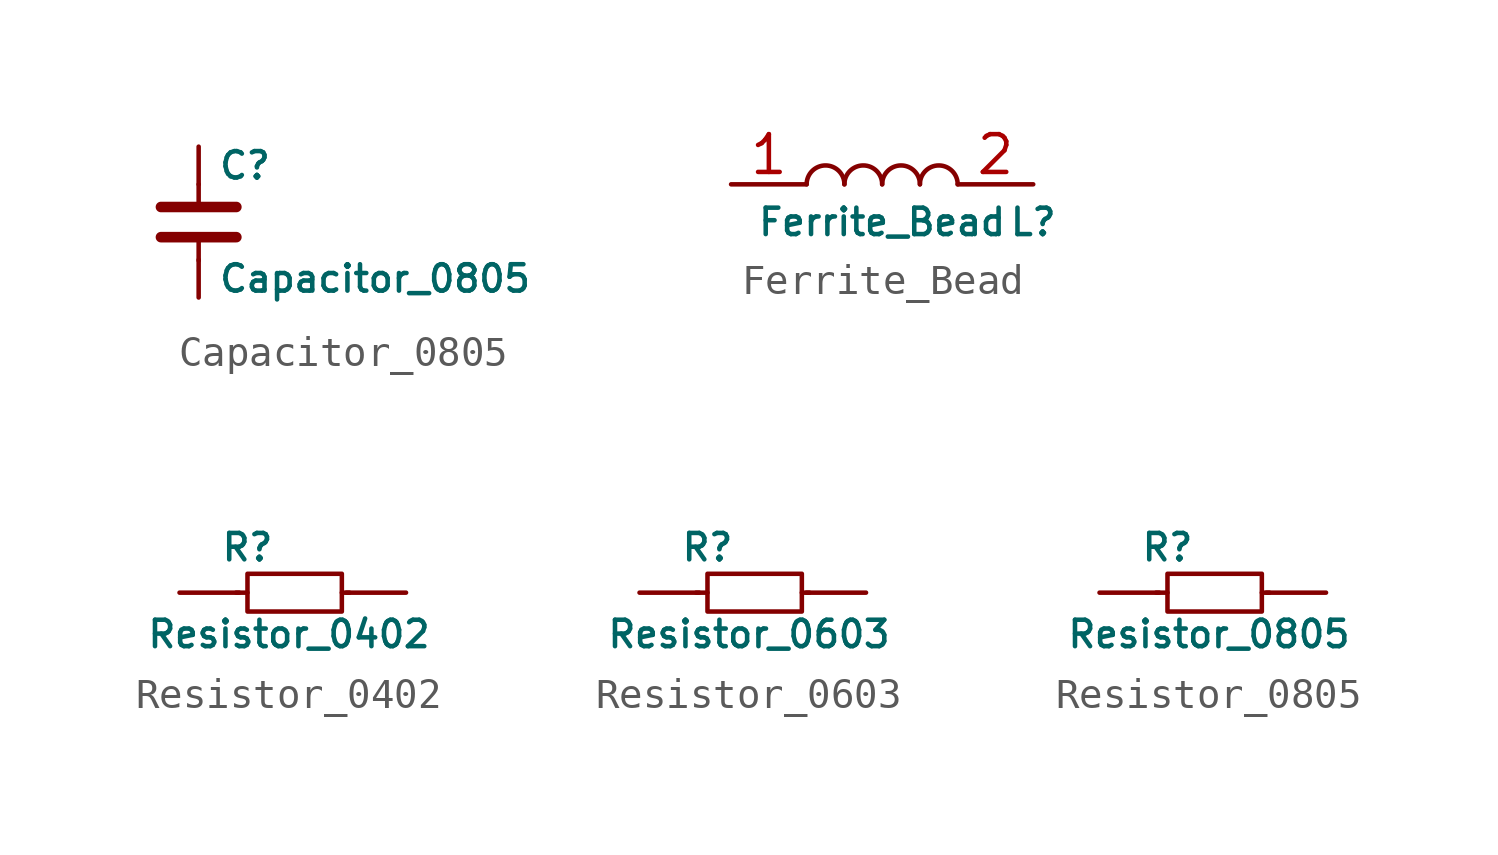
<source format=kicad_sym>
(kicad_symbol_lib
  (version 20220914)
  (generator kicad_symbol_editor)
  (symbol "Capacitor_0805"
    (pin_numbers hide)
    (pin_names
      (offset 0.254))
    (property "Reference" "C"
      (at 0.635 1.905 0)
      (effects (font (size 0.889 0.889)) (justify left)))
    (property "Value" "Capacitor_0805"
      (at 0.635 -1.905 0)
      (effects (font (size 0.889 0.889)) (justify left)))
    (symbol "Capacitor_0805_0_1"
      (polyline (pts (xy -1.27 -0.508) (xy 1.27 -0.508)) (stroke (width 0.356) (type solid)) (fill (type none)))
      (polyline (pts (xy -1.27 0.508) (xy 1.27 0.508)) (stroke (width 0.356) (type solid)) (fill (type none)))
      (polyline (pts (xy 0 -1.295) (xy 0 -0.533)) (stroke (width 0) (type solid)) (fill (type none)))
      (polyline (pts (xy 0 1.27) (xy 0 0.508)) (stroke (width 0) (type solid)) (fill (type none))))
    (symbol "Capacitor_0805_1_1"
      (pin passive line (at 0 2.54 270) (length 1.27) (name "~" (effects (font (size 1.27 1.27)))) (number "1" (effects (font (size 1.27 1.27)))))
      (pin passive line (at 0 -2.54 90) (length 1.27) (name "~" (effects (font (size 1.27 1.27)))) (number "2" (effects (font (size 1.27 1.27)))))))
  (symbol "Ferrite_Bead"
    (pin_names
      (offset 1.016))
    (property "Reference" "L"
      (at 5.08 -1.27 0)
      (effects (font (size 0.889 0.889))))
    (property "Value" "Ferrite_Bead"
      (at 0 -1.27 0)
      (effects (font (size 0.889 0.889))))
    (symbol "Ferrite_Bead_0_1"
      (arc (start -1.27 0) (mid -1.905 0.6323) (end -2.54 0) (stroke (width 0) (type solid)) (fill (type none)))
      (arc (start 0 0) (mid -0.635 0.6323) (end -1.27 0) (stroke (width 0) (type solid)) (fill (type none)))
      (arc (start 1.27 0) (mid 0.635 0.6323) (end 0 0) (stroke (width 0) (type solid)) (fill (type none)))
      (arc (start 2.54 0) (mid 1.905 0.6323) (end 1.27 0) (stroke (width 0) (type solid)) (fill (type none))))
    (symbol "Ferrite_Bead_1_1"
      (pin passive line (at -5.08 0 0) (length 2.54) (name "~" (effects (font (size 1.27 1.27)))) (number "1" (effects (font (size 1.27 1.27)))))
      (pin passive line (at 5.08 0 180) (length 2.54) (name "~" (effects (font (size 1.27 1.27)))) (number "2" (effects (font (size 1.27 1.27)))))))
  (symbol "Resistor_0402"
    (pin_numbers hide)
    (pin_names
      (offset 0) hide)
    (property "Reference" "R"
      (at -4.064 1.524 0)
      (effects (font (size 0.889 0.889))))
    (property "Value" "Resistor_0402"
      (at -2.667 -1.397 0)
      (effects (font (size 0.889 0.889))))
    (symbol "Resistor_0402_0_1"
      (rectangle (start -4.064 0.635) (end -0.889 -0.635) (stroke (width 0) (type solid)) (fill (type none)))
      (polyline (pts (xy -4.445 0) (xy -4.064 0)) (stroke (width 0) (type solid)) (fill (type none)))
      (polyline (pts (xy -0.889 0) (xy -0.635 0)) (stroke (width 0) (type solid)) (fill (type none))))
    (symbol "Resistor_0402_1_1"
      (pin passive line (at -6.35 0 0) (length 2.007) (name "~" (effects (font (size 1.27 1.27)))) (number "1" (effects (font (size 1.27 1.27)))))
      (pin passive line (at 1.27 0 180) (length 2.007) (name "~" (effects (font (size 1.27 1.27)))) (number "2" (effects (font (size 1.27 1.27)))))))
  (symbol "Resistor_0603"
    (pin_numbers hide)
    (pin_names
      (offset 0) hide)
    (property "Reference" "R"
      (at -1.524 1.524 0)
      (effects (font (size 0.889 0.889))))
    (property "Value" "Resistor_0603"
      (at -0.127 -1.397 0)
      (effects (font (size 0.889 0.889))))
    (symbol "Resistor_0603_0_1"
      (rectangle (start -1.524 0.635) (end 1.651 -0.635) (stroke (width 0) (type solid)) (fill (type none)))
      (polyline (pts (xy -1.905 0) (xy -1.524 0)) (stroke (width 0) (type solid)) (fill (type none)))
      (polyline (pts (xy 1.651 0) (xy 1.905 0)) (stroke (width 0) (type solid)) (fill (type none))))
    (symbol "Resistor_0603_1_1"
      (pin passive line (at -3.81 0 0) (length 2.007) (name "~" (effects (font (size 1.27 1.27)))) (number "1" (effects (font (size 1.27 1.27)))))
      (pin passive line (at 3.81 0 180) (length 2.007) (name "~" (effects (font (size 1.27 1.27)))) (number "2" (effects (font (size 1.27 1.27)))))))
  (symbol "Resistor_0805"
    (pin_numbers hide)
    (pin_names
      (offset 0) hide)
    (property "Reference" "R"
      (at -1.524 1.524 0)
      (effects (font (size 0.889 0.889))))
    (property "Value" "Resistor_0805"
      (at -0.127 -1.397 0)
      (effects (font (size 0.889 0.889))))
    (symbol "Resistor_0805_0_1"
      (rectangle (start -1.524 0.635) (end 1.651 -0.635) (stroke (width 0) (type solid)) (fill (type none)))
      (polyline (pts (xy -1.905 0) (xy -1.524 0)) (stroke (width 0) (type solid)) (fill (type none)))
      (polyline (pts (xy 1.651 0) (xy 1.905 0)) (stroke (width 0) (type solid)) (fill (type none))))
    (symbol "Resistor_0805_1_1"
      (pin passive line (at -3.81 0 0) (length 2.007) (name "~" (effects (font (size 1.27 1.27)))) (number "1" (effects (font (size 1.27 1.27)))))
      (pin passive line (at 3.81 0 180) (length 2.007) (name "~" (effects (font (size 1.27 1.27)))) (number "2" (effects (font (size 1.27 1.27))))))))
</source>
